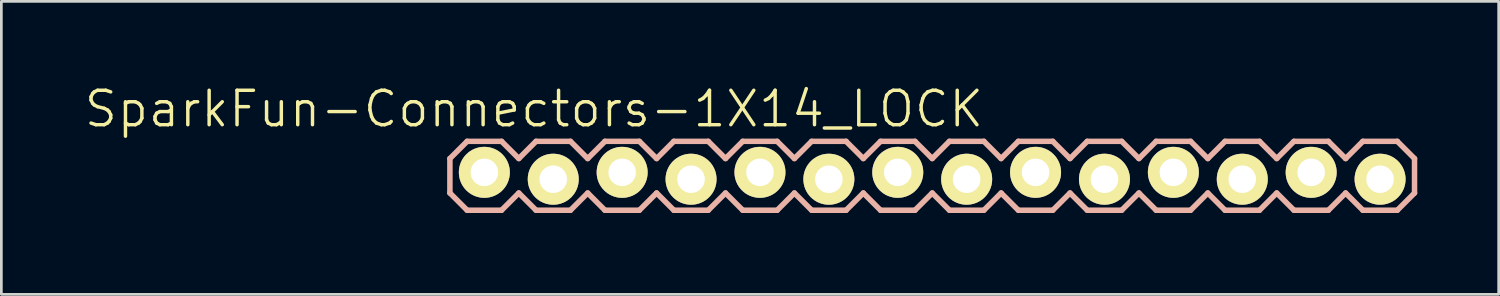
<source format=kicad_pcb>
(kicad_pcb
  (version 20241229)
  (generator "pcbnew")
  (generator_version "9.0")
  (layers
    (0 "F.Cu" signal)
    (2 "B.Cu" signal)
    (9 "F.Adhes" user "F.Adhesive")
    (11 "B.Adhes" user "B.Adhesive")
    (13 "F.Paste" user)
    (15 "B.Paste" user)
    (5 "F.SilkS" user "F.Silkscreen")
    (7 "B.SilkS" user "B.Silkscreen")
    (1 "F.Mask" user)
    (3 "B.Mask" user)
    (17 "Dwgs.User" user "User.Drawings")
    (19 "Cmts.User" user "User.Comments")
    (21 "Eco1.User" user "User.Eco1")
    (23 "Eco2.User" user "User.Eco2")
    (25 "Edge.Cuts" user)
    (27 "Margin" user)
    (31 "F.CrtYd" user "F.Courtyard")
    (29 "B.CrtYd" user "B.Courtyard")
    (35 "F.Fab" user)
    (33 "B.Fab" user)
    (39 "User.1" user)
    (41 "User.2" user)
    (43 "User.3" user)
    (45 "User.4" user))
  (footprint "SparkFun-Connectors-1X14_LOCK"
    (layer "F.Cu")
    (at 14.805 3.43)
    (property "Reference" "SparkFun-Connectors-1X14_LOCK" (at 1.829 -2.464 0) (layer "F.SilkS") (effects (font (size 1.27 1.27) (thickness 0.127))))
    (attr exclude_from_pos_files exclude_from_bom)
    (fp_line (start -0.254 -0.254) (end 0.254 -0.254) (stroke (width 0.066) (type solid)) (layer "F.SilkS"))
    (fp_line (start -0.254 0.254) (end -0.254 -0.254) (stroke (width 0.066) (type solid)) (layer "F.SilkS"))
    (fp_line (start -0.254 0.254) (end 0.254 0.254) (stroke (width 0.066) (type solid)) (layer "F.SilkS"))
    (fp_line (start 0.254 0.254) (end 0.254 -0.254) (stroke (width 0.066) (type solid)) (layer "F.SilkS"))
    (fp_line (start 2.286 -0.254) (end 2.794 -0.254) (stroke (width 0.066) (type solid)) (layer "F.SilkS"))
    (fp_line (start 2.286 0.254) (end 2.286 -0.254) (stroke (width 0.066) (type solid)) (layer "F.SilkS"))
    (fp_line (start 2.286 0.254) (end 2.794 0.254) (stroke (width 0.066) (type solid)) (layer "F.SilkS"))
    (fp_line (start 2.794 0.254) (end 2.794 -0.254) (stroke (width 0.066) (type solid)) (layer "F.SilkS"))
    (fp_line (start 4.826 -0.254) (end 5.334 -0.254) (stroke (width 0.066) (type solid)) (layer "F.SilkS"))
    (fp_line (start 4.826 0.254) (end 4.826 -0.254) (stroke (width 0.066) (type solid)) (layer "F.SilkS"))
    (fp_line (start 4.826 0.254) (end 5.334 0.254) (stroke (width 0.066) (type solid)) (layer "F.SilkS"))
    (fp_line (start 5.334 0.254) (end 5.334 -0.254) (stroke (width 0.066) (type solid)) (layer "F.SilkS"))
    (fp_line (start 7.366 -0.254) (end 7.874 -0.254) (stroke (width 0.066) (type solid)) (layer "F.SilkS"))
    (fp_line (start 7.366 0.254) (end 7.366 -0.254) (stroke (width 0.066) (type solid)) (layer "F.SilkS"))
    (fp_line (start 7.366 0.254) (end 7.874 0.254) (stroke (width 0.066) (type solid)) (layer "F.SilkS"))
    (fp_line (start 7.874 0.254) (end 7.874 -0.254) (stroke (width 0.066) (type solid)) (layer "F.SilkS"))
    (fp_line (start 9.906 -0.254) (end 10.414 -0.254) (stroke (width 0.066) (type solid)) (layer "F.SilkS"))
    (fp_line (start 9.906 0.254) (end 9.906 -0.254) (stroke (width 0.066) (type solid)) (layer "F.SilkS"))
    (fp_line (start 9.906 0.254) (end 10.414 0.254) (stroke (width 0.066) (type solid)) (layer "F.SilkS"))
    (fp_line (start 10.414 0.254) (end 10.414 -0.254) (stroke (width 0.066) (type solid)) (layer "F.SilkS"))
    (fp_line (start 12.446 -0.254) (end 12.954 -0.254) (stroke (width 0.066) (type solid)) (layer "F.SilkS"))
    (fp_line (start 12.446 0.254) (end 12.446 -0.254) (stroke (width 0.066) (type solid)) (layer "F.SilkS"))
    (fp_line (start 12.446 0.254) (end 12.954 0.254) (stroke (width 0.066) (type solid)) (layer "F.SilkS"))
    (fp_line (start 12.954 0.254) (end 12.954 -0.254) (stroke (width 0.066) (type solid)) (layer "F.SilkS"))
    (fp_line (start 14.986 -0.254) (end 15.494 -0.254) (stroke (width 0.066) (type solid)) (layer "F.SilkS"))
    (fp_line (start 14.986 0.254) (end 14.986 -0.254) (stroke (width 0.066) (type solid)) (layer "F.SilkS"))
    (fp_line (start 14.986 0.254) (end 15.494 0.254) (stroke (width 0.066) (type solid)) (layer "F.SilkS"))
    (fp_line (start 15.494 0.254) (end 15.494 -0.254) (stroke (width 0.066) (type solid)) (layer "F.SilkS"))
    (fp_line (start 17.523 -0.254) (end 18.034 -0.254) (stroke (width 0.066) (type solid)) (layer "F.SilkS"))
    (fp_line (start 17.523 0.254) (end 17.523 -0.254) (stroke (width 0.066) (type solid)) (layer "F.SilkS"))
    (fp_line (start 17.523 0.254) (end 18.034 0.254) (stroke (width 0.066) (type solid)) (layer "F.SilkS"))
    (fp_line (start 18.034 0.254) (end 18.034 -0.254) (stroke (width 0.066) (type solid)) (layer "F.SilkS"))
    (fp_line (start 20.066 -0.254) (end 20.574 -0.254) (stroke (width 0.066) (type solid)) (layer "F.SilkS"))
    (fp_line (start 20.066 0.254) (end 20.066 -0.254) (stroke (width 0.066) (type solid)) (layer "F.SilkS"))
    (fp_line (start 20.066 0.254) (end 20.574 0.254) (stroke (width 0.066) (type solid)) (layer "F.SilkS"))
    (fp_line (start 20.574 0.254) (end 20.574 -0.254) (stroke (width 0.066) (type solid)) (layer "F.SilkS"))
    (fp_line (start 22.606 -0.254) (end 23.114 -0.254) (stroke (width 0.066) (type solid)) (layer "F.SilkS"))
    (fp_line (start 22.606 0.254) (end 22.606 -0.254) (stroke (width 0.066) (type solid)) (layer "F.SilkS"))
    (fp_line (start 22.606 0.254) (end 23.114 0.254) (stroke (width 0.066) (type solid)) (layer "F.SilkS"))
    (fp_line (start 23.114 0.254) (end 23.114 -0.254) (stroke (width 0.066) (type solid)) (layer "F.SilkS"))
    (fp_line (start 25.146 -0.254) (end 25.654 -0.254) (stroke (width 0.066) (type solid)) (layer "F.SilkS"))
    (fp_line (start 25.146 0.254) (end 25.146 -0.254) (stroke (width 0.066) (type solid)) (layer "F.SilkS"))
    (fp_line (start 25.146 0.254) (end 25.654 0.254) (stroke (width 0.066) (type solid)) (layer "F.SilkS"))
    (fp_line (start 25.654 0.254) (end 25.654 -0.254) (stroke (width 0.066) (type solid)) (layer "F.SilkS"))
    (fp_line (start 27.686 -0.254) (end 28.194 -0.254) (stroke (width 0.066) (type solid)) (layer "F.SilkS"))
    (fp_line (start 27.686 0.254) (end 27.686 -0.254) (stroke (width 0.066) (type solid)) (layer "F.SilkS"))
    (fp_line (start 27.686 0.254) (end 28.194 0.254) (stroke (width 0.066) (type solid)) (layer "F.SilkS"))
    (fp_line (start 28.194 0.254) (end 28.194 -0.254) (stroke (width 0.066) (type solid)) (layer "F.SilkS"))
    (fp_line (start 30.226 -0.254) (end 30.734 -0.254) (stroke (width 0.066) (type solid)) (layer "F.SilkS"))
    (fp_line (start 30.226 0.254) (end 30.226 -0.254) (stroke (width 0.066) (type solid)) (layer "F.SilkS"))
    (fp_line (start 30.226 0.254) (end 30.734 0.254) (stroke (width 0.066) (type solid)) (layer "F.SilkS"))
    (fp_line (start 30.734 0.254) (end 30.734 -0.254) (stroke (width 0.066) (type solid)) (layer "F.SilkS"))
    (fp_line (start 32.766 -0.254) (end 33.274 -0.254) (stroke (width 0.066) (type solid)) (layer "F.SilkS"))
    (fp_line (start 32.766 0.254) (end 32.766 -0.254) (stroke (width 0.066) (type solid)) (layer "F.SilkS"))
    (fp_line (start 32.766 0.254) (end 33.274 0.254) (stroke (width 0.066) (type solid)) (layer "F.SilkS"))
    (fp_line (start 33.274 0.254) (end 33.274 -0.254) (stroke (width 0.066) (type solid)) (layer "F.SilkS"))
    (fp_line (start -1.27 -0.635) (end -1.27 0.635) (stroke (width 0.203) (type solid)) (layer "B.SilkS"))
    (fp_line (start -1.27 0.635) (end -0.635 1.27) (stroke (width 0.203) (type solid)) (layer "B.SilkS"))
    (fp_line (start -0.635 -1.27) (end -1.27 -0.635) (stroke (width 0.203) (type solid)) (layer "B.SilkS"))
    (fp_line (start -0.635 -1.27) (end 0.635 -1.27) (stroke (width 0.203) (type solid)) (layer "B.SilkS"))
    (fp_line (start 0.635 -1.27) (end 1.27 -0.635) (stroke (width 0.203) (type solid)) (layer "B.SilkS"))
    (fp_line (start 0.635 1.27) (end -0.635 1.27) (stroke (width 0.203) (type solid)) (layer "B.SilkS"))
    (fp_line (start 1.27 -0.635) (end 1.905 -1.27) (stroke (width 0.203) (type solid)) (layer "B.SilkS"))
    (fp_line (start 1.27 0.635) (end 0.635 1.27) (stroke (width 0.203) (type solid)) (layer "B.SilkS"))
    (fp_line (start 1.905 -1.27) (end 3.175 -1.27) (stroke (width 0.203) (type solid)) (layer "B.SilkS"))
    (fp_line (start 1.905 1.27) (end 1.27 0.635) (stroke (width 0.203) (type solid)) (layer "B.SilkS"))
    (fp_line (start 3.175 -1.27) (end 3.81 -0.635) (stroke (width 0.203) (type solid)) (layer "B.SilkS"))
    (fp_line (start 3.175 1.27) (end 1.905 1.27) (stroke (width 0.203) (type solid)) (layer "B.SilkS"))
    (fp_line (start 3.81 -0.635) (end 4.445 -1.27) (stroke (width 0.203) (type solid)) (layer "B.SilkS"))
    (fp_line (start 3.81 0.635) (end 3.175 1.27) (stroke (width 0.203) (type solid)) (layer "B.SilkS"))
    (fp_line (start 4.445 -1.27) (end 5.715 -1.27) (stroke (width 0.203) (type solid)) (layer "B.SilkS"))
    (fp_line (start 4.445 1.27) (end 3.81 0.635) (stroke (width 0.203) (type solid)) (layer "B.SilkS"))
    (fp_line (start 5.715 -1.27) (end 6.35 -0.635) (stroke (width 0.203) (type solid)) (layer "B.SilkS"))
    (fp_line (start 5.715 1.27) (end 4.445 1.27) (stroke (width 0.203) (type solid)) (layer "B.SilkS"))
    (fp_line (start 6.35 0.635) (end 5.715 1.27) (stroke (width 0.203) (type solid)) (layer "B.SilkS"))
    (fp_line (start 6.35 0.635) (end 6.985 1.27) (stroke (width 0.203) (type solid)) (layer "B.SilkS"))
    (fp_line (start 6.985 -1.27) (end 6.35 -0.635) (stroke (width 0.203) (type solid)) (layer "B.SilkS"))
    (fp_line (start 6.985 -1.27) (end 8.255 -1.27) (stroke (width 0.203) (type solid)) (layer "B.SilkS"))
    (fp_line (start 8.255 -1.27) (end 8.89 -0.635) (stroke (width 0.203) (type solid)) (layer "B.SilkS"))
    (fp_line (start 8.255 1.27) (end 6.985 1.27) (stroke (width 0.203) (type solid)) (layer "B.SilkS"))
    (fp_line (start 8.89 -0.635) (end 9.525 -1.27) (stroke (width 0.203) (type solid)) (layer "B.SilkS"))
    (fp_line (start 8.89 0.635) (end 8.255 1.27) (stroke (width 0.203) (type solid)) (layer "B.SilkS"))
    (fp_line (start 9.525 -1.27) (end 10.795 -1.27) (stroke (width 0.203) (type solid)) (layer "B.SilkS"))
    (fp_line (start 9.525 1.27) (end 8.89 0.635) (stroke (width 0.203) (type solid)) (layer "B.SilkS"))
    (fp_line (start 10.795 -1.27) (end 11.43 -0.635) (stroke (width 0.203) (type solid)) (layer "B.SilkS"))
    (fp_line (start 10.795 1.27) (end 9.525 1.27) (stroke (width 0.203) (type solid)) (layer "B.SilkS"))
    (fp_line (start 11.43 -0.635) (end 12.065 -1.27) (stroke (width 0.203) (type solid)) (layer "B.SilkS"))
    (fp_line (start 11.43 0.635) (end 10.795 1.27) (stroke (width 0.203) (type solid)) (layer "B.SilkS"))
    (fp_line (start 12.065 -1.27) (end 13.335 -1.27) (stroke (width 0.203) (type solid)) (layer "B.SilkS"))
    (fp_line (start 12.065 1.27) (end 11.43 0.635) (stroke (width 0.203) (type solid)) (layer "B.SilkS"))
    (fp_line (start 13.335 -1.27) (end 13.97 -0.635) (stroke (width 0.203) (type solid)) (layer "B.SilkS"))
    (fp_line (start 13.335 1.27) (end 12.065 1.27) (stroke (width 0.203) (type solid)) (layer "B.SilkS"))
    (fp_line (start 13.97 0.635) (end 13.335 1.27) (stroke (width 0.203) (type solid)) (layer "B.SilkS"))
    (fp_line (start 13.97 0.635) (end 14.605 1.27) (stroke (width 0.203) (type solid)) (layer "B.SilkS"))
    (fp_line (start 14.605 -1.27) (end 13.97 -0.635) (stroke (width 0.203) (type solid)) (layer "B.SilkS"))
    (fp_line (start 14.605 -1.27) (end 15.875 -1.27) (stroke (width 0.203) (type solid)) (layer "B.SilkS"))
    (fp_line (start 15.875 -1.27) (end 16.51 -0.635) (stroke (width 0.203) (type solid)) (layer "B.SilkS"))
    (fp_line (start 15.875 1.27) (end 14.605 1.27) (stroke (width 0.203) (type solid)) (layer "B.SilkS"))
    (fp_line (start 16.51 0.635) (end 15.875 1.27) (stroke (width 0.203) (type solid)) (layer "B.SilkS"))
    (fp_line (start 16.51 0.635) (end 17.145 1.27) (stroke (width 0.203) (type solid)) (layer "B.SilkS"))
    (fp_line (start 17.145 -1.27) (end 16.51 -0.635) (stroke (width 0.203) (type solid)) (layer "B.SilkS"))
    (fp_line (start 17.145 -1.27) (end 18.415 -1.27) (stroke (width 0.203) (type solid)) (layer "B.SilkS"))
    (fp_line (start 18.415 -1.27) (end 19.05 -0.635) (stroke (width 0.203) (type solid)) (layer "B.SilkS"))
    (fp_line (start 18.415 1.27) (end 17.145 1.27) (stroke (width 0.203) (type solid)) (layer "B.SilkS"))
    (fp_line (start 19.05 -0.635) (end 19.685 -1.27) (stroke (width 0.203) (type solid)) (layer "B.SilkS"))
    (fp_line (start 19.05 0.635) (end 18.415 1.27) (stroke (width 0.203) (type solid)) (layer "B.SilkS"))
    (fp_line (start 19.685 -1.27) (end 20.955 -1.27) (stroke (width 0.203) (type solid)) (layer "B.SilkS"))
    (fp_line (start 19.685 1.27) (end 19.05 0.635) (stroke (width 0.203) (type solid)) (layer "B.SilkS"))
    (fp_line (start 20.955 -1.27) (end 21.59 -0.635) (stroke (width 0.203) (type solid)) (layer "B.SilkS"))
    (fp_line (start 20.955 1.27) (end 19.685 1.27) (stroke (width 0.203) (type solid)) (layer "B.SilkS"))
    (fp_line (start 21.59 -0.635) (end 22.225 -1.27) (stroke (width 0.203) (type solid)) (layer "B.SilkS"))
    (fp_line (start 21.59 0.635) (end 20.955 1.27) (stroke (width 0.203) (type solid)) (layer "B.SilkS"))
    (fp_line (start 22.225 -1.27) (end 23.495 -1.27) (stroke (width 0.203) (type solid)) (layer "B.SilkS"))
    (fp_line (start 22.225 1.27) (end 21.59 0.635) (stroke (width 0.203) (type solid)) (layer "B.SilkS"))
    (fp_line (start 23.495 -1.27) (end 24.13 -0.635) (stroke (width 0.203) (type solid)) (layer "B.SilkS"))
    (fp_line (start 23.495 1.27) (end 22.225 1.27) (stroke (width 0.203) (type solid)) (layer "B.SilkS"))
    (fp_line (start 24.13 0.635) (end 23.495 1.27) (stroke (width 0.203) (type solid)) (layer "B.SilkS"))
    (fp_line (start 24.13 0.635) (end 24.765 1.27) (stroke (width 0.203) (type solid)) (layer "B.SilkS"))
    (fp_line (start 24.765 -1.27) (end 24.13 -0.635) (stroke (width 0.203) (type solid)) (layer "B.SilkS"))
    (fp_line (start 24.765 -1.27) (end 26.035 -1.27) (stroke (width 0.203) (type solid)) (layer "B.SilkS"))
    (fp_line (start 26.035 -1.27) (end 26.67 -0.635) (stroke (width 0.203) (type solid)) (layer "B.SilkS"))
    (fp_line (start 26.035 1.27) (end 24.765 1.27) (stroke (width 0.203) (type solid)) (layer "B.SilkS"))
    (fp_line (start 26.67 -0.635) (end 27.305 -1.27) (stroke (width 0.203) (type solid)) (layer "B.SilkS"))
    (fp_line (start 26.67 0.635) (end 26.035 1.27) (stroke (width 0.203) (type solid)) (layer "B.SilkS"))
    (fp_line (start 27.305 -1.27) (end 28.575 -1.27) (stroke (width 0.203) (type solid)) (layer "B.SilkS"))
    (fp_line (start 27.305 1.27) (end 26.67 0.635) (stroke (width 0.203) (type solid)) (layer "B.SilkS"))
    (fp_line (start 28.575 -1.27) (end 29.21 -0.635) (stroke (width 0.203) (type solid)) (layer "B.SilkS"))
    (fp_line (start 28.575 1.27) (end 27.305 1.27) (stroke (width 0.203) (type solid)) (layer "B.SilkS"))
    (fp_line (start 29.21 -0.635) (end 29.845 -1.27) (stroke (width 0.203) (type solid)) (layer "B.SilkS"))
    (fp_line (start 29.21 0.635) (end 28.575 1.27) (stroke (width 0.203) (type solid)) (layer "B.SilkS"))
    (fp_line (start 29.845 -1.27) (end 31.115 -1.27) (stroke (width 0.203) (type solid)) (layer "B.SilkS"))
    (fp_line (start 29.845 1.27) (end 29.21 0.635) (stroke (width 0.203) (type solid)) (layer "B.SilkS"))
    (fp_line (start 31.115 -1.27) (end 31.75 -0.635) (stroke (width 0.203) (type solid)) (layer "B.SilkS"))
    (fp_line (start 31.115 1.27) (end 29.845 1.27) (stroke (width 0.203) (type solid)) (layer "B.SilkS"))
    (fp_line (start 31.75 0.635) (end 31.115 1.27) (stroke (width 0.203) (type solid)) (layer "B.SilkS"))
    (fp_line (start 31.75 0.635) (end 32.385 1.27) (stroke (width 0.203) (type solid)) (layer "B.SilkS"))
    (fp_line (start 32.385 -1.27) (end 31.75 -0.635) (stroke (width 0.203) (type solid)) (layer "B.SilkS"))
    (fp_line (start 32.385 -1.27) (end 33.655 -1.27) (stroke (width 0.203) (type solid)) (layer "B.SilkS"))
    (fp_line (start 33.655 -1.27) (end 34.29 -0.635) (stroke (width 0.203) (type solid)) (layer "B.SilkS"))
    (fp_line (start 33.655 1.27) (end 32.385 1.27) (stroke (width 0.203) (type solid)) (layer "B.SilkS"))
    (fp_line (start 34.29 -0.635) (end 34.29 0.635) (stroke (width 0.203) (type solid)) (layer "B.SilkS"))
    (fp_line (start 34.29 0.635) (end 33.655 1.27) (stroke (width 0.203) (type solid)) (layer "B.SilkS"))
    (pad "1" thru_hole circle (at 0 -0.127) (size 1.88 1.88) (drill 1.016) (layers "*.Cu" "F.Mask" "F.SilkS" "F.Paste"))
    (pad "2" thru_hole circle (at 2.54 0.127) (size 1.88 1.88) (drill 1.016) (layers "*.Cu" "F.Mask" "F.SilkS" "F.Paste"))
    (pad "3" thru_hole circle (at 5.08 -0.127) (size 1.88 1.88) (drill 1.016) (layers "*.Cu" "F.Mask" "F.SilkS" "F.Paste"))
    (pad "4" thru_hole circle (at 7.62 0.127) (size 1.88 1.88) (drill 1.016) (layers "*.Cu" "F.Mask" "F.SilkS" "F.Paste"))
    (pad "5" thru_hole circle (at 10.16 -0.127) (size 1.88 1.88) (drill 1.016) (layers "*.Cu" "F.Mask" "F.SilkS" "F.Paste"))
    (pad "6" thru_hole circle (at 12.7 0.127) (size 1.88 1.88) (drill 1.016) (layers "*.Cu" "F.Mask" "F.SilkS" "F.Paste"))
    (pad "7" thru_hole circle (at 15.24 -0.127) (size 1.88 1.88) (drill 1.016) (layers "*.Cu" "F.Mask" "F.SilkS" "F.Paste"))
    (pad "8" thru_hole circle (at 17.78 0.127) (size 1.88 1.88) (drill 1.016) (layers "*.Cu" "F.Mask" "F.SilkS" "F.Paste"))
    (pad "9" thru_hole circle (at 20.32 -0.127) (size 1.88 1.88) (drill 1.016) (layers "*.Cu" "F.Mask" "F.SilkS" "F.Paste"))
    (pad "10" thru_hole circle (at 22.86 0.127) (size 1.88 1.88) (drill 1.016) (layers "*.Cu" "F.Mask" "F.SilkS" "F.Paste"))
    (pad "11" thru_hole circle (at 25.4 -0.127) (size 1.88 1.88) (drill 1.016) (layers "*.Cu" "F.Mask" "F.SilkS" "F.Paste"))
    (pad "12" thru_hole circle (at 27.94 0.127) (size 1.88 1.88) (drill 1.016) (layers "*.Cu" "F.Mask" "F.SilkS" "F.Paste"))
    (pad "13" thru_hole circle (at 30.48 -0.127) (size 1.88 1.88) (drill 1.016) (layers "*.Cu" "F.Mask" "F.SilkS" "F.Paste"))
    (pad "14" thru_hole circle (at 33.02 0.127) (size 1.88 1.88) (drill 1.016) (layers "*.Cu" "F.Mask" "F.SilkS" "F.Paste")))
  (gr_rect
    (start -3 -3)
    (end 52.197 7.801)
    (stroke (width 0.1) (type default))
    (fill no)
    (layer "Edge.Cuts")))
</source>
